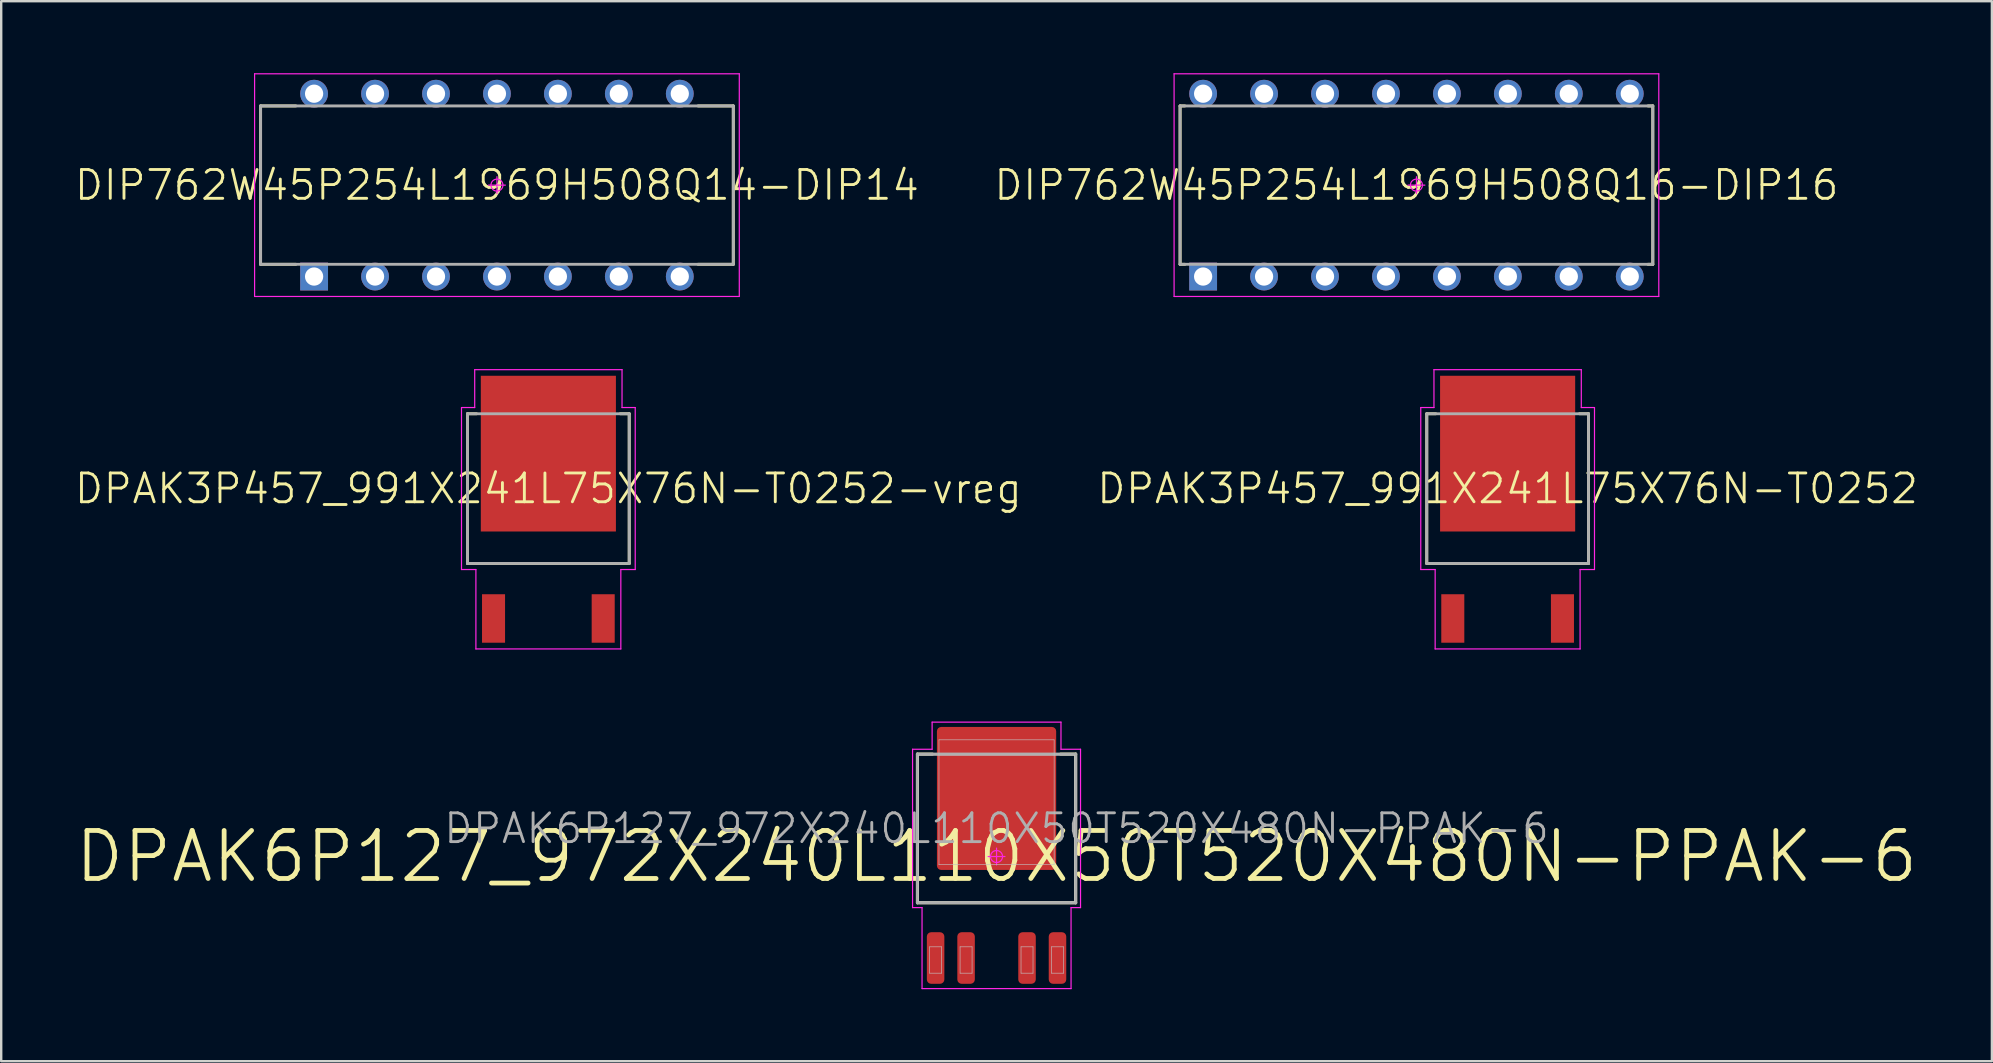
<source format=kicad_pcb>
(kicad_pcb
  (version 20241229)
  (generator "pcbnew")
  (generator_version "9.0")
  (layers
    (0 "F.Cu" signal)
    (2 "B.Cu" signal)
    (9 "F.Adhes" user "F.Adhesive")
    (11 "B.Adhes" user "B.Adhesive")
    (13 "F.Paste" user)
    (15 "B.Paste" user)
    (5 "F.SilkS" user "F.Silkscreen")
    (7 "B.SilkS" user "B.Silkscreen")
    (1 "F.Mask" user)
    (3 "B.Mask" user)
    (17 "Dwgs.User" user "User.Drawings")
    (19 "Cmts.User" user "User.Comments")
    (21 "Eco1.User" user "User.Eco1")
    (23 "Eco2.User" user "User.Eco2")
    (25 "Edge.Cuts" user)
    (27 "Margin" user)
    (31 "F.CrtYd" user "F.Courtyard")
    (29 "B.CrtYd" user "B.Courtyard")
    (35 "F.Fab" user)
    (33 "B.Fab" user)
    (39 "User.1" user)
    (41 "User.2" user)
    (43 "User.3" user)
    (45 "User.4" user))
  (footprint "DIP762W45P254L1969H508Q16-DIP16"
    (layer "F.Cu")
    (at 55.98 4.665)
    (property "Reference" "DIP762W45P254L1969H508Q16-DIP16" (at 0 0 0) (layer "F.SilkS") (effects (font (size 1.2 1.2) (thickness 0.12))))
    (attr through_hole)
    (fp_line (start -9.85 -3.3) (end -9.65 -3.3) (stroke (width 0.12) (type solid)) (layer "F.SilkS"))
    (fp_line (start -9.85 3.3) (end -9.85 -3.3) (stroke (width 0.12) (type solid)) (layer "F.SilkS"))
    (fp_line (start -9.65 3.3) (end -9.85 3.3) (stroke (width 0.12) (type solid)) (layer "F.SilkS"))
    (fp_line (start 9.65 3.3) (end 9.85 3.3) (stroke (width 0.12) (type solid)) (layer "F.SilkS"))
    (fp_line (start 9.85 -3.3) (end 9.65 -3.3) (stroke (width 0.12) (type solid)) (layer "F.SilkS"))
    (fp_line (start 9.85 3.3) (end 9.85 -3.3) (stroke (width 0.12) (type solid)) (layer "F.SilkS"))
    (fp_line (start -10.1 -4.64) (end 10.1 -4.64) (stroke (width 0.05) (type solid)) (layer "F.CrtYd"))
    (fp_line (start -10.1 4.64) (end -10.1 -4.64) (stroke (width 0.05) (type solid)) (layer "F.CrtYd"))
    (fp_line (start -0.35 0) (end 0.35 0) (stroke (width 0.05) (type solid)) (layer "F.CrtYd"))
    (fp_line (start 0 -0.35) (end 0 0.35) (stroke (width 0.05) (type solid)) (layer "F.CrtYd"))
    (fp_line (start 10.1 -4.64) (end 10.1 4.64) (stroke (width 0.05) (type solid)) (layer "F.CrtYd"))
    (fp_line (start 10.1 4.64) (end -10.1 4.64) (stroke (width 0.05) (type solid)) (layer "F.CrtYd"))
    (fp_circle (center 0 0) (end 0 0.25) (stroke (width 0.05) (type solid)) (fill no) (layer "F.CrtYd"))
    (fp_line (start -9.85 -3.3) (end 9.85 -3.3) (stroke (width 0.12) (type solid)) (layer "F.Fab"))
    (fp_line (start -9.85 3.3) (end -9.85 -3.3) (stroke (width 0.12) (type solid)) (layer "F.Fab"))
    (fp_line (start 9.85 -3.3) (end 9.85 3.3) (stroke (width 0.12) (type solid)) (layer "F.Fab"))
    (fp_line (start 9.85 3.3) (end -9.85 3.3) (stroke (width 0.12) (type solid)) (layer "F.Fab"))
    (pad "1" thru_hole rect (at -8.89 3.81) (size 1.16 1.16) (drill 0.76) (layers "*.Cu" "*.Mask"))
    (pad "2" thru_hole circle (at -6.35 3.81) (size 1.16 1.16) (drill 0.76) (layers "*.Cu" "*.Mask"))
    (pad "3" thru_hole circle (at -3.81 3.81) (size 1.16 1.16) (drill 0.76) (layers "*.Cu" "*.Mask"))
    (pad "4" thru_hole circle (at -1.27 3.81) (size 1.16 1.16) (drill 0.76) (layers "*.Cu" "*.Mask"))
    (pad "5" thru_hole circle (at 1.27 3.81) (size 1.16 1.16) (drill 0.76) (layers "*.Cu" "*.Mask"))
    (pad "6" thru_hole circle (at 3.81 3.81) (size 1.16 1.16) (drill 0.76) (layers "*.Cu" "*.Mask"))
    (pad "7" thru_hole circle (at 6.35 3.81) (size 1.16 1.16) (drill 0.76) (layers "*.Cu" "*.Mask"))
    (pad "8" thru_hole circle (at 8.89 3.81) (size 1.16 1.16) (drill 0.76) (layers "*.Cu" "*.Mask"))
    (pad "9" thru_hole circle (at 8.89 -3.81) (size 1.16 1.16) (drill 0.76) (layers "*.Cu" "*.Mask"))
    (pad "10" thru_hole circle (at 6.35 -3.81) (size 1.16 1.16) (drill 0.76) (layers "*.Cu" "*.Mask"))
    (pad "11" thru_hole circle (at 3.81 -3.81) (size 1.16 1.16) (drill 0.76) (layers "*.Cu" "*.Mask"))
    (pad "12" thru_hole circle (at 1.27 -3.81) (size 1.16 1.16) (drill 0.76) (layers "*.Cu" "*.Mask"))
    (pad "13" thru_hole circle (at -1.27 -3.81) (size 1.16 1.16) (drill 0.76) (layers "*.Cu" "*.Mask"))
    (pad "14" thru_hole circle (at -3.81 -3.81) (size 1.16 1.16) (drill 0.76) (layers "*.Cu" "*.Mask"))
    (pad "15" thru_hole circle (at -6.35 -3.81) (size 1.16 1.16) (drill 0.76) (layers "*.Cu" "*.Mask"))
    (pad "16" thru_hole circle (at -8.89 -3.81) (size 1.16 1.16) (drill 0.76) (layers "*.Cu" "*.Mask")))
  (footprint "DPAK3P457_991X241L75X76N-T0252"
    (layer "F.Cu")
    (at 59.78 18.175)
    (property "Reference" "DPAK3P457_991X241L75X76N-T0252" (at 0 -0.863 0) (layer "F.SilkS") (effects (font (size 1.2 1.2) (thickness 0.12))))
    (attr smd)
    (fp_line (start -3.37 -3.982) (end -2.995 -3.982) (stroke (width 0.12) (type solid)) (layer "F.SilkS"))
    (fp_line (start -3.37 2.257) (end -3.37 -3.982) (stroke (width 0.12) (type solid)) (layer "F.SilkS"))
    (fp_line (start 2.995 -3.982) (end 3.37 -3.982) (stroke (width 0.12) (type solid)) (layer "F.SilkS"))
    (fp_line (start 3.37 -3.982) (end 3.37 2.257) (stroke (width 0.12) (type solid)) (layer "F.SilkS"))
    (fp_line (start 3.37 2.257) (end -3.37 2.257) (stroke (width 0.12) (type solid)) (layer "F.SilkS"))
    (fp_line (start -3.62 -4.24) (end -3.62 2.51) (stroke (width 0.05) (type solid)) (layer "F.CrtYd"))
    (fp_line (start -3.62 2.51) (end -3.02 2.51) (stroke (width 0.05) (type solid)) (layer "F.CrtYd"))
    (fp_line (start -3.07 -5.82) (end -3.07 -4.24) (stroke (width 0.05) (type solid)) (layer "F.CrtYd"))
    (fp_line (start -3.07 -4.24) (end -3.62 -4.24) (stroke (width 0.05) (type solid)) (layer "F.CrtYd"))
    (fp_line (start -3.02 2.51) (end -3.02 5.82) (stroke (width 0.05) (type solid)) (layer "F.CrtYd"))
    (fp_line (start -3.02 5.82) (end 3.02 5.82) (stroke (width 0.05) (type solid)) (layer "F.CrtYd"))
    (fp_line (start 3.02 2.51) (end 3.62 2.51) (stroke (width 0.05) (type solid)) (layer "F.CrtYd"))
    (fp_line (start 3.02 5.82) (end 3.02 2.51) (stroke (width 0.05) (type solid)) (layer "F.CrtYd"))
    (fp_line (start 3.07 -5.82) (end -3.07 -5.82) (stroke (width 0.05) (type solid)) (layer "F.CrtYd"))
    (fp_line (start 3.07 -4.24) (end 3.07 -5.82) (stroke (width 0.05) (type solid)) (layer "F.CrtYd"))
    (fp_line (start 3.62 -4.24) (end 3.07 -4.24) (stroke (width 0.05) (type solid)) (layer "F.CrtYd"))
    (fp_line (start 3.62 2.51) (end 3.62 -4.24) (stroke (width 0.05) (type solid)) (layer "F.CrtYd"))
    (fp_line (start -3.37 -3.982) (end 3.37 -3.982) (stroke (width 0.12) (type solid)) (layer "F.Fab"))
    (fp_line (start -3.37 2.257) (end -3.37 -3.982) (stroke (width 0.12) (type solid)) (layer "F.Fab"))
    (fp_line (start 3.37 -3.982) (end 3.37 2.257) (stroke (width 0.12) (type solid)) (layer "F.Fab"))
    (fp_line (start 3.37 2.257) (end -3.37 2.257) (stroke (width 0.12) (type solid)) (layer "F.Fab"))
    (pad "1" smd rect (at -2.285 4.55 90) (size 2.02 0.96) (layers "F.Cu" "F.Mask" "F.Paste"))
    (pad "2" smd rect (at 2.285 4.55 90) (size 2.02 0.96) (layers "F.Cu" "F.Mask" "F.Paste"))
    (pad "3" smd rect (at 0 -2.32 90) (size 6.49 5.63) (layers "F.Cu" "F.Mask")))
  (footprint "DPAK3P457_991X241L75X76N-T0252-vreg"
    (layer "F.Cu")
    (at 19.803 18.175)
    (property "Reference" "DPAK3P457_991X241L75X76N-T0252-vreg" (at 0 -0.863 0) (layer "F.SilkS") (effects (font (size 1.2 1.2) (thickness 0.12))))
    (attr smd)
    (fp_line (start -3.37 -3.982) (end -2.995 -3.982) (stroke (width 0.12) (type solid)) (layer "F.SilkS"))
    (fp_line (start -3.37 2.257) (end -3.37 -3.982) (stroke (width 0.12) (type solid)) (layer "F.SilkS"))
    (fp_line (start 2.995 -3.982) (end 3.37 -3.982) (stroke (width 0.12) (type solid)) (layer "F.SilkS"))
    (fp_line (start 3.37 -3.982) (end 3.37 2.257) (stroke (width 0.12) (type solid)) (layer "F.SilkS"))
    (fp_line (start 3.37 2.257) (end -3.37 2.257) (stroke (width 0.12) (type solid)) (layer "F.SilkS"))
    (fp_line (start -3.62 -4.24) (end -3.62 2.51) (stroke (width 0.05) (type solid)) (layer "F.CrtYd"))
    (fp_line (start -3.62 2.51) (end -3.02 2.51) (stroke (width 0.05) (type solid)) (layer "F.CrtYd"))
    (fp_line (start -3.07 -5.82) (end -3.07 -4.24) (stroke (width 0.05) (type solid)) (layer "F.CrtYd"))
    (fp_line (start -3.07 -4.24) (end -3.62 -4.24) (stroke (width 0.05) (type solid)) (layer "F.CrtYd"))
    (fp_line (start -3.02 2.51) (end -3.02 5.82) (stroke (width 0.05) (type solid)) (layer "F.CrtYd"))
    (fp_line (start -3.02 5.82) (end 3.02 5.82) (stroke (width 0.05) (type solid)) (layer "F.CrtYd"))
    (fp_line (start 3.02 2.51) (end 3.62 2.51) (stroke (width 0.05) (type solid)) (layer "F.CrtYd"))
    (fp_line (start 3.02 5.82) (end 3.02 2.51) (stroke (width 0.05) (type solid)) (layer "F.CrtYd"))
    (fp_line (start 3.07 -5.82) (end -3.07 -5.82) (stroke (width 0.05) (type solid)) (layer "F.CrtYd"))
    (fp_line (start 3.07 -4.24) (end 3.07 -5.82) (stroke (width 0.05) (type solid)) (layer "F.CrtYd"))
    (fp_line (start 3.62 -4.24) (end 3.07 -4.24) (stroke (width 0.05) (type solid)) (layer "F.CrtYd"))
    (fp_line (start 3.62 2.51) (end 3.62 -4.24) (stroke (width 0.05) (type solid)) (layer "F.CrtYd"))
    (fp_line (start -3.37 -3.982) (end 3.37 -3.982) (stroke (width 0.12) (type solid)) (layer "F.Fab"))
    (fp_line (start -3.37 2.257) (end -3.37 -3.982) (stroke (width 0.12) (type solid)) (layer "F.Fab"))
    (fp_line (start 3.37 -3.982) (end 3.37 2.257) (stroke (width 0.12) (type solid)) (layer "F.Fab"))
    (fp_line (start 3.37 2.257) (end -3.37 2.257) (stroke (width 0.12) (type solid)) (layer "F.Fab"))
    (pad "1" smd rect (at -2.285 4.55 90) (size 2.02 0.96) (layers "F.Cu" "F.Mask" "F.Paste"))
    (pad "2" smd rect (at 0 -2.32 90) (size 6.49 5.63) (layers "F.Cu" "F.Mask"))
    (pad "3" smd rect (at 2.285 4.55 90) (size 2.02 0.96) (layers "F.Cu" "F.Mask" "F.Paste")))
  (footprint "DIP762W45P254L1969H508Q14-DIP14"
    (layer "F.Cu")
    (at 17.66 4.665)
    (property "Reference" "DIP762W45P254L1969H508Q14-DIP14" (at 0 0 0) (layer "F.SilkS") (effects (font (size 1.2 1.2) (thickness 0.12))))
    (attr through_hole)
    (fp_line (start -9.85 -3.3) (end -8.38 -3.3) (stroke (width 0.12) (type solid)) (layer "F.SilkS"))
    (fp_line (start -9.85 3.3) (end -9.85 -3.3) (stroke (width 0.12) (type solid)) (layer "F.SilkS"))
    (fp_line (start -8.38 3.3) (end -9.85 3.3) (stroke (width 0.12) (type solid)) (layer "F.SilkS"))
    (fp_line (start 8.38 3.3) (end 9.85 3.3) (stroke (width 0.12) (type solid)) (layer "F.SilkS"))
    (fp_line (start 9.85 -3.3) (end 8.38 -3.3) (stroke (width 0.12) (type solid)) (layer "F.SilkS"))
    (fp_line (start 9.85 3.3) (end 9.85 -3.3) (stroke (width 0.12) (type solid)) (layer "F.SilkS"))
    (fp_line (start -10.1 -4.64) (end 10.1 -4.64) (stroke (width 0.05) (type solid)) (layer "F.CrtYd"))
    (fp_line (start -10.1 4.64) (end -10.1 -4.64) (stroke (width 0.05) (type solid)) (layer "F.CrtYd"))
    (fp_line (start -0.35 0) (end 0.35 0) (stroke (width 0.05) (type solid)) (layer "F.CrtYd"))
    (fp_line (start 0 -0.35) (end 0 0.35) (stroke (width 0.05) (type solid)) (layer "F.CrtYd"))
    (fp_line (start 10.1 -4.64) (end 10.1 4.64) (stroke (width 0.05) (type solid)) (layer "F.CrtYd"))
    (fp_line (start 10.1 4.64) (end -10.1 4.64) (stroke (width 0.05) (type solid)) (layer "F.CrtYd"))
    (fp_circle (center 0 0) (end 0 0.25) (stroke (width 0.05) (type solid)) (fill no) (layer "F.CrtYd"))
    (fp_line (start -9.85 -3.3) (end 9.85 -3.3) (stroke (width 0.12) (type solid)) (layer "F.Fab"))
    (fp_line (start -9.85 3.3) (end -9.85 -3.3) (stroke (width 0.12) (type solid)) (layer "F.Fab"))
    (fp_line (start 9.85 -3.3) (end 9.85 3.3) (stroke (width 0.12) (type solid)) (layer "F.Fab"))
    (fp_line (start 9.85 3.3) (end -9.85 3.3) (stroke (width 0.12) (type solid)) (layer "F.Fab"))
    (pad "1" thru_hole rect (at -7.62 3.81) (size 1.16 1.16) (drill 0.76) (layers "*.Cu" "*.Mask"))
    (pad "2" thru_hole circle (at -5.08 3.81) (size 1.16 1.16) (drill 0.76) (layers "*.Cu" "*.Mask"))
    (pad "3" thru_hole circle (at -2.54 3.81) (size 1.16 1.16) (drill 0.76) (layers "*.Cu" "*.Mask"))
    (pad "4" thru_hole circle (at 0 3.81) (size 1.16 1.16) (drill 0.76) (layers "*.Cu" "*.Mask"))
    (pad "5" thru_hole circle (at 2.54 3.81) (size 1.16 1.16) (drill 0.76) (layers "*.Cu" "*.Mask"))
    (pad "6" thru_hole circle (at 5.08 3.81) (size 1.16 1.16) (drill 0.76) (layers "*.Cu" "*.Mask"))
    (pad "7" thru_hole circle (at 7.62 3.81) (size 1.16 1.16) (drill 0.76) (layers "*.Cu" "*.Mask"))
    (pad "8" thru_hole circle (at 7.62 -3.81) (size 1.16 1.16) (drill 0.76) (layers "*.Cu" "*.Mask"))
    (pad "9" thru_hole circle (at 5.08 -3.81) (size 1.16 1.16) (drill 0.76) (layers "*.Cu" "*.Mask"))
    (pad "10" thru_hole circle (at 2.54 -3.81) (size 1.16 1.16) (drill 0.76) (layers "*.Cu" "*.Mask"))
    (pad "11" thru_hole circle (at 0 -3.81) (size 1.16 1.16) (drill 0.76) (layers "*.Cu" "*.Mask"))
    (pad "12" thru_hole circle (at -2.54 -3.81) (size 1.16 1.16) (drill 0.76) (layers "*.Cu" "*.Mask"))
    (pad "13" thru_hole circle (at -5.08 -3.81) (size 1.16 1.16) (drill 0.76) (layers "*.Cu" "*.Mask"))
    (pad "14" thru_hole circle (at -7.62 -3.81) (size 1.16 1.16) (drill 0.76) (layers "*.Cu" "*.Mask")))
  (footprint "DPAK6P127_972X240L110X50T520X480N-PPAK-6"
    (layer "F.Cu")
    (at 38.481 32.645)
    (property "Reference" "DPAK6P127_972X240L110X50T520X480N-PPAK-6" (at 0 -1.17 0) (layer "F.Fab") (effects (font (size 1.2 1.2) (thickness 0.12))))
    (attr smd)
    (fp_line (start -3.3 -4.27) (end -2.665 -4.27) (stroke (width 0.12) (type solid)) (layer "F.SilkS"))
    (fp_line (start -3.3 1.93) (end -3.3 -4.27) (stroke (width 0.12) (type solid)) (layer "F.SilkS"))
    (fp_line (start 2.665 -4.27) (end 3.3 -4.27) (stroke (width 0.12) (type solid)) (layer "F.SilkS"))
    (fp_line (start 3.3 -4.27) (end 3.3 1.93) (stroke (width 0.12) (type solid)) (layer "F.SilkS"))
    (fp_line (start 3.3 1.93) (end -3.3 1.93) (stroke (width 0.12) (type solid)) (layer "F.SilkS"))
    (fp_line (start -3.25 -4.22) (end 3.25 -4.22) (stroke (width 0.025) (type solid)) (layer "Dwgs.User"))
    (fp_line (start -3.25 1.88) (end -3.25 -4.22) (stroke (width 0.025) (type solid)) (layer "Dwgs.User"))
    (fp_line (start -2.79 3.763) (end -2.29 3.763) (stroke (width 0.025) (type solid)) (layer "Dwgs.User"))
    (fp_line (start -2.79 4.862) (end -2.79 3.763) (stroke (width 0.025) (type solid)) (layer "Dwgs.User"))
    (fp_line (start -2.4 -4.862) (end 2.4 -4.862) (stroke (width 0.025) (type solid)) (layer "Dwgs.User"))
    (fp_line (start -2.4 0.338) (end -2.4 -4.862) (stroke (width 0.025) (type solid)) (layer "Dwgs.User"))
    (fp_line (start -2.29 3.763) (end -2.29 4.862) (stroke (width 0.025) (type solid)) (layer "Dwgs.User"))
    (fp_line (start -2.29 4.862) (end -2.79 4.862) (stroke (width 0.025) (type solid)) (layer "Dwgs.User"))
    (fp_line (start -1.52 3.763) (end -1.02 3.763) (stroke (width 0.025) (type solid)) (layer "Dwgs.User"))
    (fp_line (start -1.52 4.862) (end -1.52 3.763) (stroke (width 0.025) (type solid)) (layer "Dwgs.User"))
    (fp_line (start -1.02 3.763) (end -1.02 4.862) (stroke (width 0.025) (type solid)) (layer "Dwgs.User"))
    (fp_line (start -1.02 4.862) (end -1.52 4.862) (stroke (width 0.025) (type solid)) (layer "Dwgs.User"))
    (fp_line (start 1.02 3.763) (end 1.52 3.763) (stroke (width 0.025) (type solid)) (layer "Dwgs.User"))
    (fp_line (start 1.02 4.862) (end 1.02 3.763) (stroke (width 0.025) (type solid)) (layer "Dwgs.User"))
    (fp_line (start 1.52 3.763) (end 1.52 4.862) (stroke (width 0.025) (type solid)) (layer "Dwgs.User"))
    (fp_line (start 1.52 4.862) (end 1.02 4.862) (stroke (width 0.025) (type solid)) (layer "Dwgs.User"))
    (fp_line (start 2.29 3.763) (end 2.79 3.763) (stroke (width 0.025) (type solid)) (layer "Dwgs.User"))
    (fp_line (start 2.29 4.862) (end 2.29 3.763) (stroke (width 0.025) (type solid)) (layer "Dwgs.User"))
    (fp_line (start 2.4 -4.862) (end 2.4 0.338) (stroke (width 0.025) (type solid)) (layer "Dwgs.User"))
    (fp_line (start 2.4 0.338) (end -2.4 0.338) (stroke (width 0.025) (type solid)) (layer "Dwgs.User"))
    (fp_line (start 2.79 3.763) (end 2.79 4.862) (stroke (width 0.025) (type solid)) (layer "Dwgs.User"))
    (fp_line (start 2.79 4.862) (end 2.29 4.862) (stroke (width 0.025) (type solid)) (layer "Dwgs.User"))
    (fp_line (start 3.25 -4.22) (end 3.25 1.88) (stroke (width 0.025) (type solid)) (layer "Dwgs.User"))
    (fp_line (start 3.25 1.88) (end -3.25 1.88) (stroke (width 0.025) (type solid)) (layer "Dwgs.User"))
    (fp_line (start -3.5 -4.47) (end -3.5 2.13) (stroke (width 0.05) (type solid)) (layer "F.CrtYd"))
    (fp_line (start -3.5 2.13) (end -3.105 2.13) (stroke (width 0.05) (type solid)) (layer "F.CrtYd"))
    (fp_line (start -3.105 2.13) (end -3.105 5.505) (stroke (width 0.05) (type solid)) (layer "F.CrtYd"))
    (fp_line (start -3.105 5.505) (end 3.105 5.505) (stroke (width 0.05) (type solid)) (layer "F.CrtYd"))
    (fp_line (start -2.685 -5.6) (end -2.685 -4.47) (stroke (width 0.05) (type solid)) (layer "F.CrtYd"))
    (fp_line (start -2.685 -4.47) (end -3.5 -4.47) (stroke (width 0.05) (type solid)) (layer "F.CrtYd"))
    (fp_line (start -0.35 0) (end 0.35 0) (stroke (width 0.05) (type solid)) (layer "F.CrtYd"))
    (fp_line (start 0 -0.35) (end 0 0.35) (stroke (width 0.05) (type solid)) (layer "F.CrtYd"))
    (fp_line (start 2.685 -5.6) (end -2.685 -5.6) (stroke (width 0.05) (type solid)) (layer "F.CrtYd"))
    (fp_line (start 2.685 -4.47) (end 2.685 -5.6) (stroke (width 0.05) (type solid)) (layer "F.CrtYd"))
    (fp_line (start 3.105 2.13) (end 3.5 2.13) (stroke (width 0.05) (type solid)) (layer "F.CrtYd"))
    (fp_line (start 3.105 5.505) (end 3.105 2.13) (stroke (width 0.05) (type solid)) (layer "F.CrtYd"))
    (fp_line (start 3.5 -4.47) (end 2.685 -4.47) (stroke (width 0.05) (type solid)) (layer "F.CrtYd"))
    (fp_line (start 3.5 2.13) (end 3.5 -4.47) (stroke (width 0.05) (type solid)) (layer "F.CrtYd"))
    (fp_circle (center 0 0) (end 0 0.25) (stroke (width 0.05) (type solid)) (fill no) (layer "F.CrtYd"))
    (fp_line (start -3.3 -4.27) (end 3.3 -4.27) (stroke (width 0.12) (type solid)) (layer "F.Fab"))
    (fp_line (start -3.3 1.93) (end -3.3 -4.27) (stroke (width 0.12) (type solid)) (layer "F.Fab"))
    (fp_line (start 3.3 -4.27) (end 3.3 1.93) (stroke (width 0.12) (type solid)) (layer "F.Fab"))
    (fp_line (start 3.3 1.93) (end -3.3 1.93) (stroke (width 0.12) (type solid)) (layer "F.Fab"))
    (fp_text user "${REFERENCE}" (at 0 0 0) (layer "F.SilkS") (effects (font (size 2 2) (thickness 0.2))))
    (pad "" smd roundrect (at -1.24 -4.41 90) (size 1.46 1.69) (layers "F.Paste") (roundrect_rratio 0.25))
    (pad "" smd roundrect (at -1.24 -2.42 90) (size 1.46 1.69) (layers "F.Paste") (roundrect_rratio 0.25))
    (pad "" smd roundrect (at -1.24 -0.43 90) (size 1.46 1.69) (layers "F.Paste") (roundrect_rratio 0.25))
    (pad "" smd roundrect (at 1.24 -4.41 90) (size 1.46 1.69) (layers "F.Paste") (roundrect_rratio 0.25))
    (pad "" smd roundrect (at 1.24 -2.42 90) (size 1.46 1.69) (layers "F.Paste") (roundrect_rratio 0.25))
    (pad "" smd roundrect (at 1.24 -0.43 90) (size 1.46 1.69) (layers "F.Paste") (roundrect_rratio 0.25))
    (pad "1" smd roundrect (at -2.54 4.23 90) (size 2.15 0.73) (layers "F.Cu" "F.Mask" "F.Paste") (roundrect_rratio 0.247))
    (pad "2" smd roundrect (at -1.27 4.23 90) (size 2.15 0.73) (layers "F.Cu" "F.Mask" "F.Paste") (roundrect_rratio 0.247))
    (pad "3" smd roundrect (at 0 -2.42 90) (size 5.96 4.97) (layers "F.Cu" "F.Mask") (roundrect_rratio 0.036))
    (pad "4" smd roundrect (at 1.27 4.23 90) (size 2.15 0.73) (layers "F.Cu" "F.Mask" "F.Paste") (roundrect_rratio 0.247))
    (pad "5" smd roundrect (at 2.54 4.23 90) (size 2.15 0.73) (layers "F.Cu" "F.Mask" "F.Paste") (roundrect_rratio 0.247)))
  (gr_rect
    (start -3 -3)
    (end 79.962 41.175)
    (stroke (width 0.1) (type default))
    (fill no)
    (layer "Edge.Cuts")))
</source>
